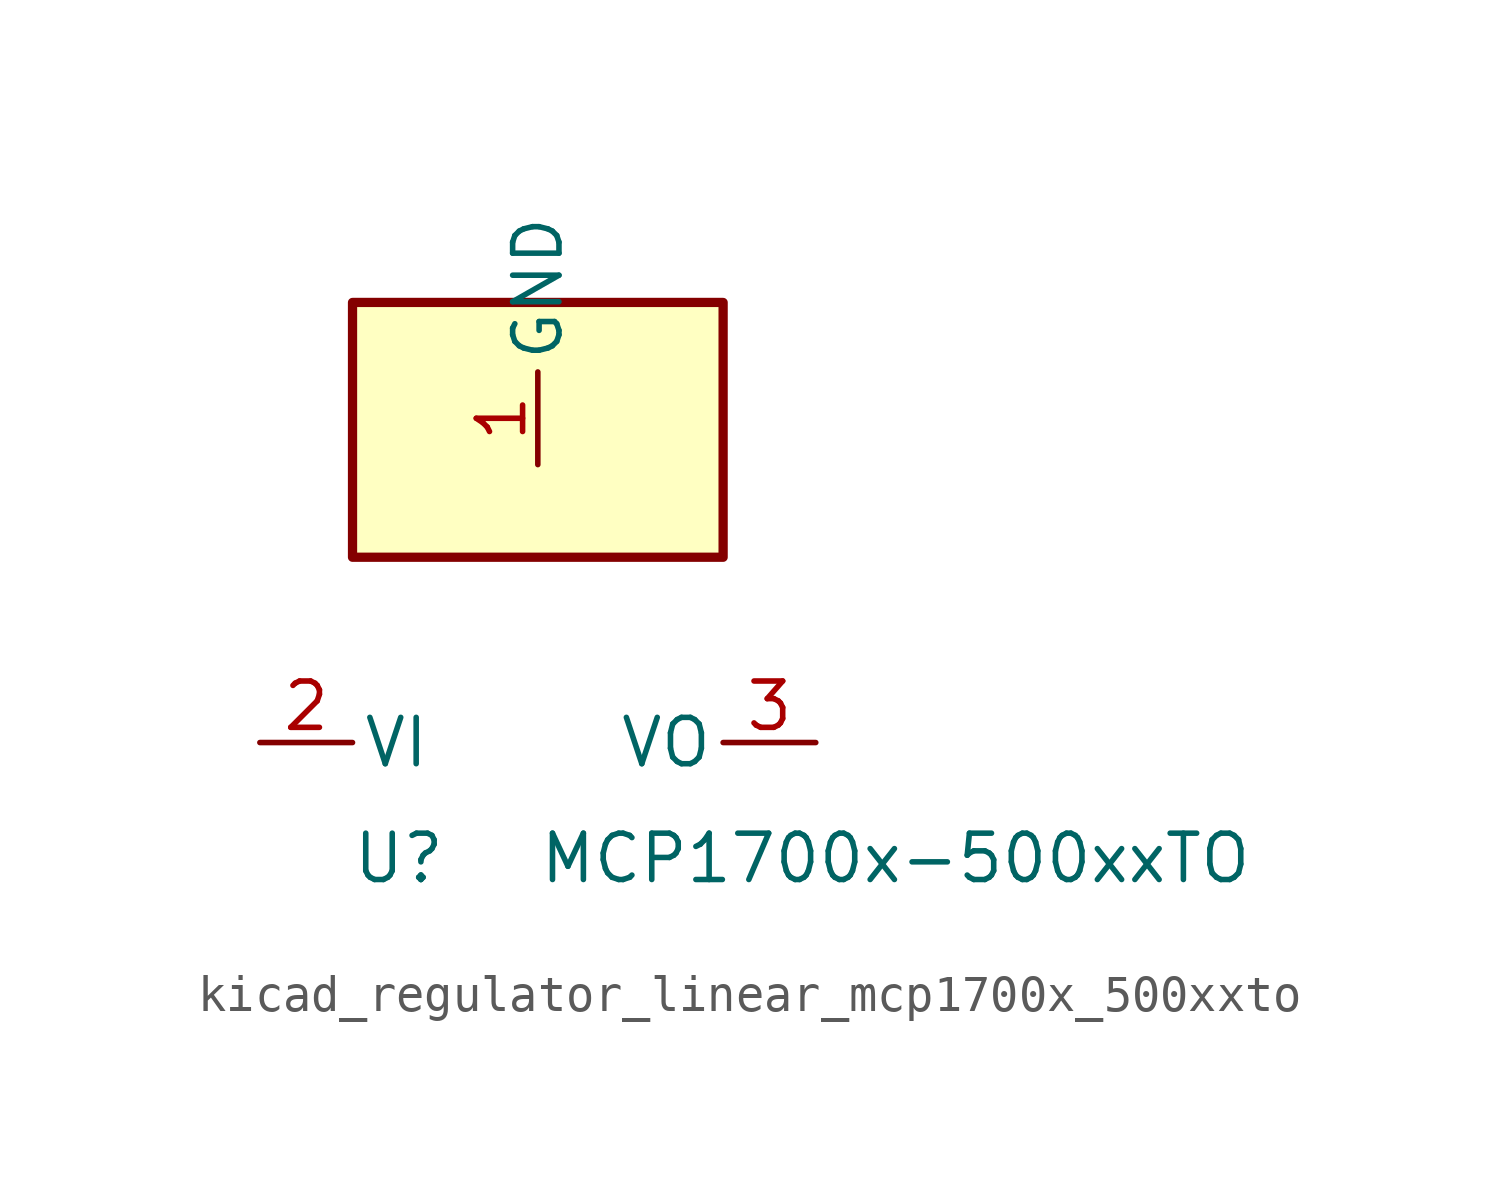
<source format=kicad_sym>
(kicad_symbol_lib
  (version 20220914)
  (generator kicad_symbol_editor)
  (symbol "kicad_regulator_linear_mcp1700x_500xxto"
    (pin_names
      (offset 0.254))
    (property "Reference" "U"
      (at -3.81 -3.175 0)
      (effects (font (size 1.27 1.27))))
    (property "Value" "MCP1700x-500xxTO"
      (at 0 -3.175 0)
      (effects (font (size 1.27 1.27)) (justify left)))
    (symbol "kicad_regulator_linear_mcp1700x_500xxto_0_1"
      (rectangle (start 5.08 12.065) (end -5.08 5.08) (stroke (width 0.254) (type default)) (fill (type background))))
    (symbol "kicad_regulator_linear_mcp1700x_500xxto_1_1"
      (pin power_in line (at 0 7.62 90) (length 2.54) (name "GND" (effects (font (size 1.27 1.27)))) (number "1" (effects (font (size 1.27 1.27)))))
      (pin power_in line (at -7.62 0 0) (length 2.54) (name "VI" (effects (font (size 1.27 1.27)))) (number "2" (effects (font (size 1.27 1.27)))))
      (pin power_out line (at 7.62 0 180) (length 2.54) (name "VO" (effects (font (size 1.27 1.27)))) (number "3" (effects (font (size 1.27 1.27))))))))
</source>
